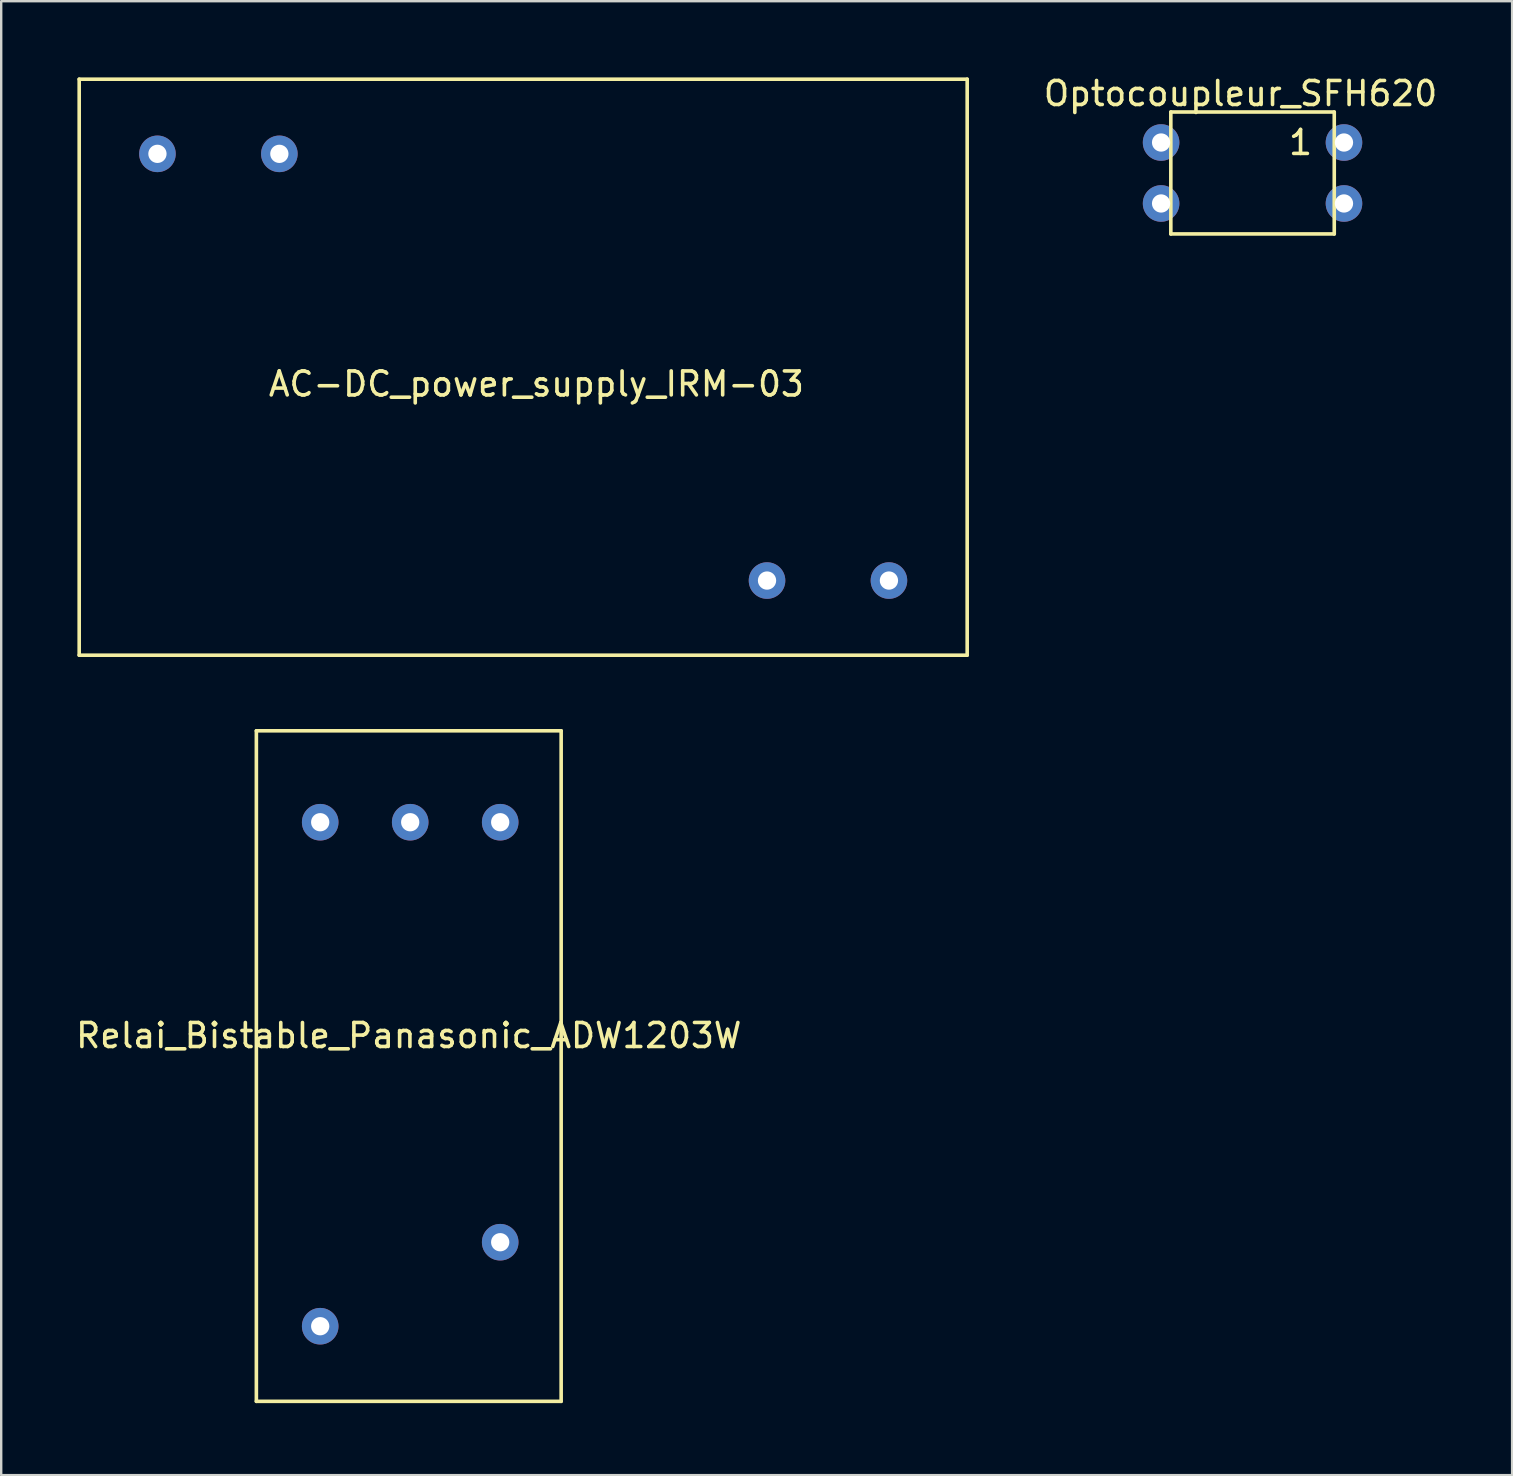
<source format=kicad_pcb>
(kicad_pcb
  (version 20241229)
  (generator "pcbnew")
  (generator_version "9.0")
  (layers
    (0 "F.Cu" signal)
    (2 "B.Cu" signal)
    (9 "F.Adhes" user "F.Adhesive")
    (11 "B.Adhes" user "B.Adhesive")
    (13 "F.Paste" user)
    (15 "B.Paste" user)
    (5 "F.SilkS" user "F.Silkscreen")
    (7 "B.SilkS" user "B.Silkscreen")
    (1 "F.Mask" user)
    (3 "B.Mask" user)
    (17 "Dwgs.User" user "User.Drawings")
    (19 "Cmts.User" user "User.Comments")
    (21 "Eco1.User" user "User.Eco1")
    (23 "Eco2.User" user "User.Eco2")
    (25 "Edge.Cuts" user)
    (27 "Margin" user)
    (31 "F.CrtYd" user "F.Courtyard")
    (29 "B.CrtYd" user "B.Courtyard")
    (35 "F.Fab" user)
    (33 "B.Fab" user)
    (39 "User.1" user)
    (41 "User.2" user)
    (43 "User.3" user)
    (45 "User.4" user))
  (footprint "Relai_Bistable_Panasonic_ADW1203W"
    (layer "F.Cu")
    (at 17.792 31.21)
    (property "Reference" "Relai_Bistable_Panasonic_ADW1203W" (at -3.81 8.89 0) (layer "F.SilkS") (effects (font (size 1 1) (thickness 0.15))))
    (attr through_hole)
    (fp_line (start -10.16 -3.81) (end -10.16 24.13) (stroke (width 0.15) (type solid)) (layer "F.SilkS"))
    (fp_line (start -10.16 24.13) (end 2.54 24.13) (stroke (width 0.15) (type solid)) (layer "F.SilkS"))
    (fp_line (start 2.54 -3.81) (end -10.16 -3.81) (stroke (width 0.15) (type solid)) (layer "F.SilkS"))
    (fp_line (start 2.54 24.13) (end 2.54 -3.81) (stroke (width 0.15) (type solid)) (layer "F.SilkS"))
    (pad "+7" thru_hole circle (at -3.75 0) (size 1.524 1.524) (drill 0.762) (layers "*.Cu" "*.Mask"))
    (pad "-1" thru_hole circle (at -7.5 0) (size 1.524 1.524) (drill 0.762) (layers "*.Cu" "*.Mask"))
    (pad "-6" thru_hole circle (at 0 0) (size 1.524 1.524) (drill 0.762) (layers "*.Cu" "*.Mask"))
    (pad "3" thru_hole circle (at -7.5 21) (size 1.524 1.524) (drill 0.762) (layers "*.Cu" "*.Mask"))
    (pad "5" thru_hole circle (at 0 17.5) (size 1.524 1.524) (drill 0.762) (layers "*.Cu" "*.Mask")))
  (footprint "Optocoupleur_SFH620"
    (layer "F.Cu")
    (at 49.14 2.888)
    (property "Reference" "Optocoupleur_SFH620" (at -0.5 -2.04 0) (layer "F.SilkS") (effects (font (size 1 1) (thickness 0.15))))
    (attr through_hole)
    (fp_line (start -3.405 -1.27) (end -3.405 3.81) (stroke (width 0.15) (type solid)) (layer "F.SilkS"))
    (fp_line (start -3.405 3.81) (end 3.405 3.81) (stroke (width 0.15) (type solid)) (layer "F.SilkS"))
    (fp_line (start 3.405 -1.27) (end -3.405 -1.27) (stroke (width 0.15) (type solid)) (layer "F.SilkS"))
    (fp_line (start 3.405 3.81) (end 3.405 -1.27) (stroke (width 0.15) (type solid)) (layer "F.SilkS"))
    (fp_text user "1" (at 2 0 0) (layer "F.SilkS") (effects (font (size 1 1) (thickness 0.15))))
    (pad "1" thru_hole circle (at 3.81 0) (size 1.524 1.524) (drill 0.762) (layers "*.Cu" "*.Mask"))
    (pad "2" thru_hole circle (at 3.81 2.54) (size 1.524 1.524) (drill 0.762) (layers "*.Cu" "*.Mask"))
    (pad "3" thru_hole circle (at -3.81 2.54) (size 1.524 1.524) (drill 0.762) (layers "*.Cu" "*.Mask"))
    (pad "4" thru_hole circle (at -3.81 0) (size 1.524 1.524) (drill 0.762) (layers "*.Cu" "*.Mask")))
  (footprint "AC-DC_power_supply_IRM-03"
    (layer "F.Cu")
    (at 0.25 0.25)
    (property "Reference" "AC-DC_power_supply_IRM-03" (at 19.05 12.7 0) (layer "F.SilkS") (effects (font (size 1 1) (thickness 0.15))))
    (attr through_hole)
    (fp_line (start 0 0) (end 37 0) (stroke (width 0.15) (type solid)) (layer "F.SilkS"))
    (fp_line (start 0 24) (end 0 0) (stroke (width 0.15) (type solid)) (layer "F.SilkS"))
    (fp_line (start 37 0) (end 37 24) (stroke (width 0.15) (type solid)) (layer "F.SilkS"))
    (fp_line (start 37 24) (end 0 24) (stroke (width 0.15) (type solid)) (layer "F.SilkS"))
    (pad "+V" thru_hole circle (at 28.66 20.89) (size 1.524 1.524) (drill 0.762) (layers "*.Cu" "*.Mask"))
    (pad "-V" thru_hole circle (at 33.74 20.89) (size 1.524 1.524) (drill 0.762) (layers "*.Cu" "*.Mask"))
    (pad "AC/L" thru_hole circle (at 3.26 3.11) (size 1.524 1.524) (drill 0.762) (layers "*.Cu" "*.Mask"))
    (pad "AC/N" thru_hole circle (at 8.34 3.11) (size 1.524 1.524) (drill 0.762) (layers "*.Cu" "*.Mask")))
  (gr_rect
    (start -3 -3)
    (end 59.956 58.415)
    (stroke (width 0.1) (type default))
    (fill no)
    (layer "Edge.Cuts")))
</source>
